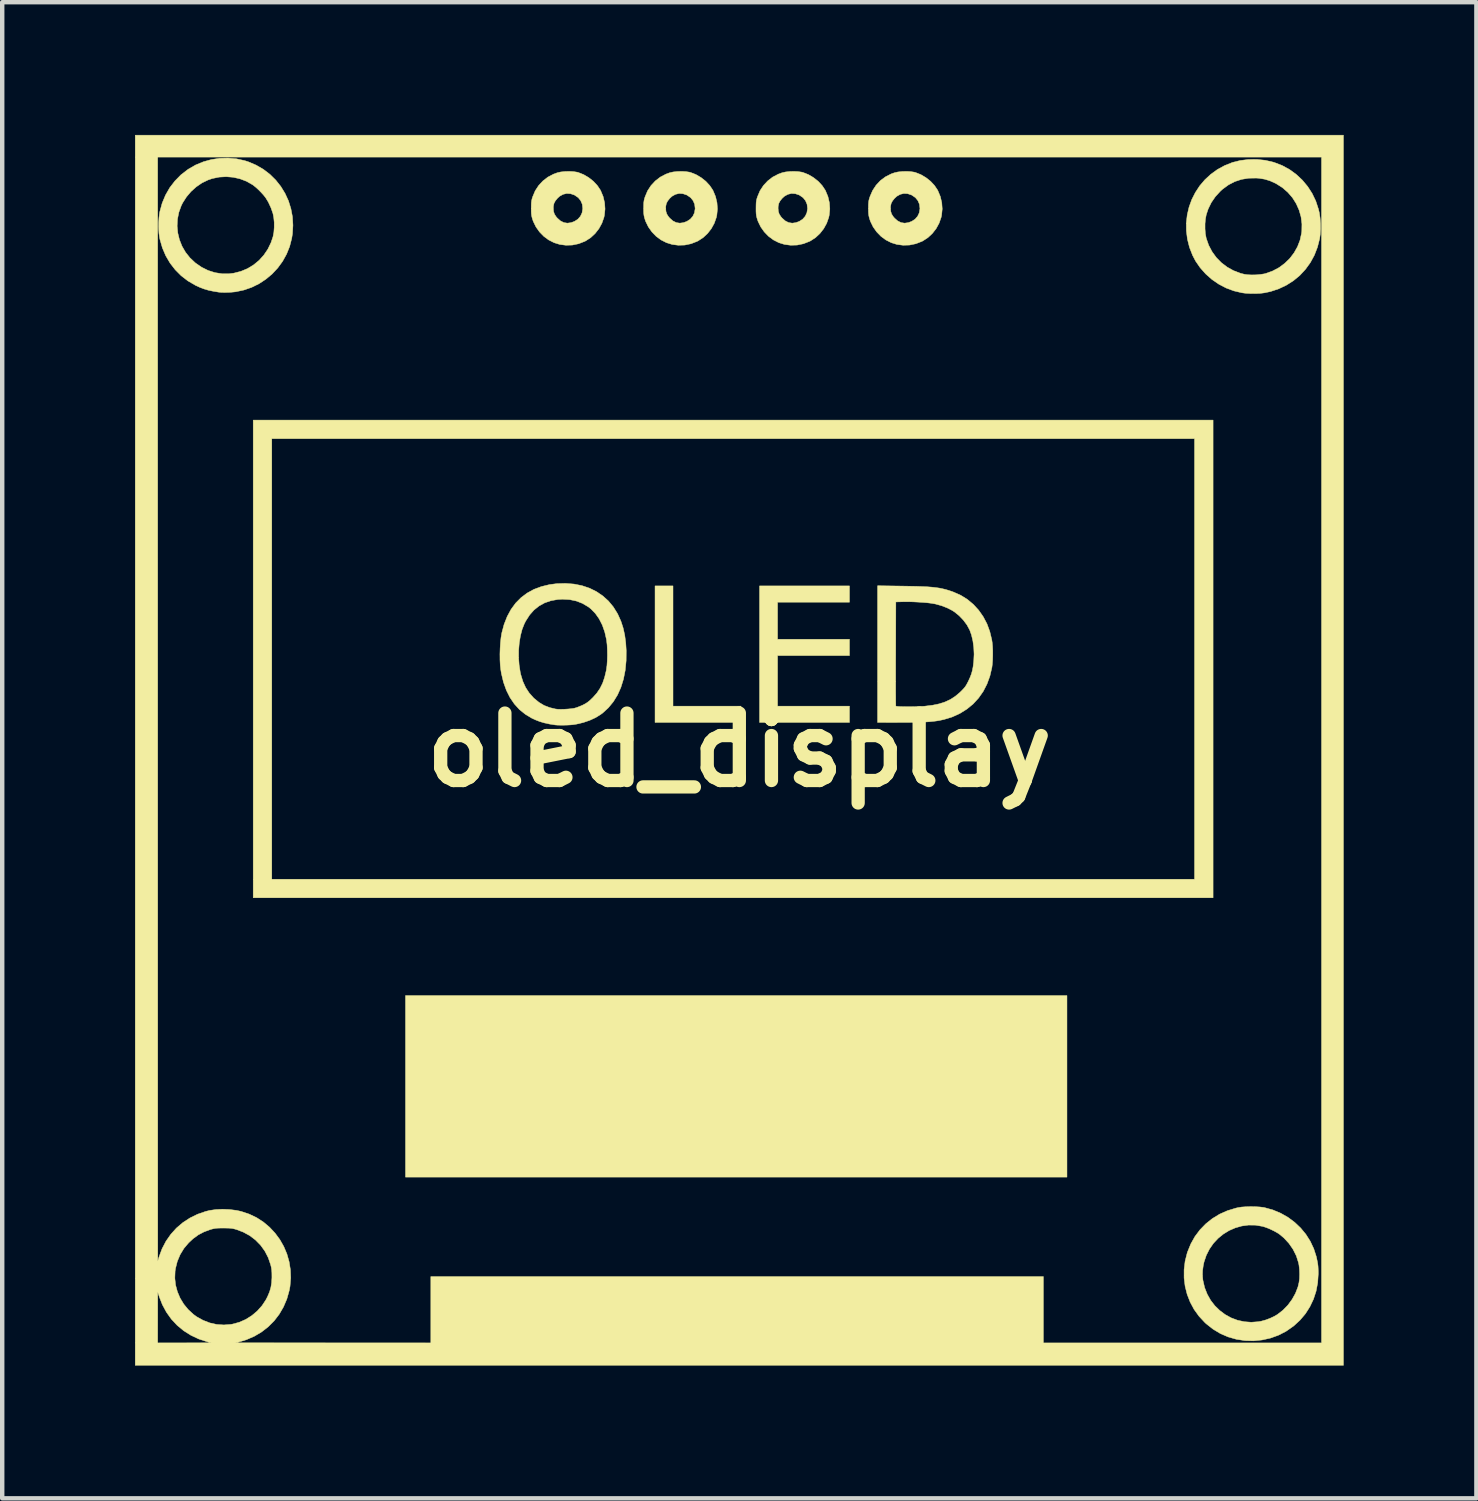
<source format=kicad_pcb>
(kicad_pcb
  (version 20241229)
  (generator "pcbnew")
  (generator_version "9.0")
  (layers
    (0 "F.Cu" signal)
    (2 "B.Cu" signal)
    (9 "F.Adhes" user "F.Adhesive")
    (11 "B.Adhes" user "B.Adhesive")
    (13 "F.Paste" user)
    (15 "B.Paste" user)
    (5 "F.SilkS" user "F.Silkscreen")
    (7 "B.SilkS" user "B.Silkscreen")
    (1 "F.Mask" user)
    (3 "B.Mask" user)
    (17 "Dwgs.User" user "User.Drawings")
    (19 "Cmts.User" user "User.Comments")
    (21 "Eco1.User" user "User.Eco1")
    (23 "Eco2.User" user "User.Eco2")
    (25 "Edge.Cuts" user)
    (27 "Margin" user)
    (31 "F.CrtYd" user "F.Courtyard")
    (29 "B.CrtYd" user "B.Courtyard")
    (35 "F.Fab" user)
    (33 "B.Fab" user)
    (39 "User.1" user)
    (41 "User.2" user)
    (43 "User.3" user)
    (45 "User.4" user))
  (footprint "oled_display"
    (layer "F.Cu")
    (at 13.658 13.899)
    (property "Reference" "oled_display" (at 0 0 0) (layer "F.SilkS") (effects (font (size 1.524 1.524) (thickness 0.3))))
    (attr through_hole)
    (fp_poly (pts (xy 7.404 9.652) (xy -7.544 9.652) (xy -7.544 5.55) (xy 7.404 5.55) (xy 7.404 9.652)) (stroke (width 0.01) (type solid)) (fill yes) (layer "F.SilkS"))
    (fp_poly (pts (xy -1.499 -0.991) (xy 0.038 -0.991) (xy 0.038 -0.622) (xy -1.905 -0.622) (xy -1.905 -3.708) (xy -1.499 -3.708) (xy -1.499 -0.991)) (stroke (width 0.01) (type solid)) (fill yes) (layer "F.SilkS"))
    (fp_poly (pts (xy 10.706 3.34) (xy -10.986 3.34) (xy -10.986 -7.036) (xy -10.566 -7.036) (xy -10.566 2.921) (xy 10.287 2.921) (xy 10.287 -7.036) (xy -10.566 -7.036) (xy -10.986 -7.036) (xy -10.986 -7.455) (xy 10.706 -7.455) (xy 10.706 3.34)) (stroke (width 0.01) (type solid)) (fill yes) (layer "F.SilkS"))
    (fp_poly (pts (xy 2.489 -3.34) (xy 0.864 -3.34) (xy 0.864 -2.502) (xy 2.489 -2.502) (xy 2.489 -2.134) (xy 0.864 -2.134) (xy 0.864 -0.991) (xy 2.489 -0.991) (xy 2.489 -0.622) (xy 0.457 -0.622) (xy 0.457 -3.708) (xy 2.489 -3.708) (xy 2.489 -3.34)) (stroke (width 0.01) (type solid)) (fill yes) (layer "F.SilkS"))
    (fp_poly (pts (xy -3.748 -13.071) (xy -3.665 -13.058) (xy -3.639 -13.051) (xy -3.518 -13.003) (xy -3.403 -12.935) (xy -3.298 -12.852) (xy -3.209 -12.756) (xy -3.139 -12.652) (xy -3.133 -12.64) (xy -3.078 -12.508) (xy -3.045 -12.368) (xy -3.035 -12.226) (xy -3.049 -12.085) (xy -3.06 -12.035) (xy -3.106 -11.904) (xy -3.173 -11.782) (xy -3.259 -11.672) (xy -3.359 -11.579) (xy -3.473 -11.505) (xy -3.493 -11.495) (xy -3.631 -11.441) (xy -3.774 -11.411) (xy -3.92 -11.407) (xy -4.058 -11.425) (xy -4.187 -11.465) (xy -4.309 -11.527) (xy -4.42 -11.609) (xy -4.516 -11.708) (xy -4.596 -11.821) (xy -4.657 -11.946) (xy -4.669 -11.981) (xy -4.684 -12.03) (xy -4.694 -12.073) (xy -4.7 -12.119) (xy -4.703 -12.174) (xy -4.703 -12.243) (xy -4.703 -12.243) (xy -4.204 -12.243) (xy -4.198 -12.172) (xy -4.179 -12.112) (xy -4.143 -12.055) (xy -4.113 -12.02) (xy -4.042 -11.957) (xy -3.966 -11.919) (xy -3.885 -11.906) (xy -3.8 -11.918) (xy -3.725 -11.946) (xy -3.649 -11.995) (xy -3.591 -12.061) (xy -3.554 -12.14) (xy -3.539 -12.23) (xy -3.539 -12.243) (xy -3.55 -12.334) (xy -3.585 -12.415) (xy -3.64 -12.483) (xy -3.717 -12.536) (xy -3.729 -12.543) (xy -3.816 -12.572) (xy -3.902 -12.577) (xy -3.984 -12.557) (xy -4.061 -12.514) (xy -4.113 -12.466) (xy -4.16 -12.407) (xy -4.189 -12.351) (xy -4.202 -12.289) (xy -4.204 -12.243) (xy -4.703 -12.243) (xy -4.702 -12.315) (xy -4.7 -12.37) (xy -4.694 -12.415) (xy -4.684 -12.459) (xy -4.669 -12.505) (xy -4.613 -12.638) (xy -4.535 -12.757) (xy -4.439 -12.86) (xy -4.327 -12.947) (xy -4.199 -13.014) (xy -4.115 -13.045) (xy -4.036 -13.063) (xy -3.942 -13.073) (xy -3.843 -13.076) (xy -3.748 -13.071)) (stroke (width 0.01) (type solid)) (fill yes) (layer "F.SilkS"))
    (fp_poly (pts (xy -1.208 -13.071) (xy -1.125 -13.058) (xy -1.099 -13.051) (xy -0.978 -13.003) (xy -0.863 -12.935) (xy -0.758 -12.852) (xy -0.669 -12.756) (xy -0.599 -12.652) (xy -0.593 -12.64) (xy -0.538 -12.508) (xy -0.505 -12.368) (xy -0.495 -12.226) (xy -0.509 -12.085) (xy -0.52 -12.035) (xy -0.566 -11.904) (xy -0.633 -11.782) (xy -0.719 -11.672) (xy -0.819 -11.579) (xy -0.933 -11.505) (xy -0.953 -11.495) (xy -1.091 -11.441) (xy -1.234 -11.411) (xy -1.38 -11.407) (xy -1.518 -11.425) (xy -1.647 -11.465) (xy -1.769 -11.527) (xy -1.88 -11.609) (xy -1.976 -11.708) (xy -2.056 -11.821) (xy -2.117 -11.946) (xy -2.129 -11.981) (xy -2.144 -12.03) (xy -2.154 -12.073) (xy -2.16 -12.119) (xy -2.163 -12.174) (xy -2.163 -12.243) (xy -2.163 -12.243) (xy -1.664 -12.243) (xy -1.658 -12.172) (xy -1.639 -12.112) (xy -1.603 -12.055) (xy -1.573 -12.02) (xy -1.502 -11.957) (xy -1.426 -11.919) (xy -1.345 -11.906) (xy -1.26 -11.918) (xy -1.185 -11.946) (xy -1.109 -11.995) (xy -1.051 -12.061) (xy -1.014 -12.14) (xy -0.999 -12.23) (xy -0.999 -12.243) (xy -1.01 -12.334) (xy -1.045 -12.415) (xy -1.1 -12.483) (xy -1.177 -12.536) (xy -1.189 -12.543) (xy -1.276 -12.572) (xy -1.362 -12.577) (xy -1.444 -12.557) (xy -1.521 -12.514) (xy -1.573 -12.466) (xy -1.62 -12.407) (xy -1.649 -12.351) (xy -1.662 -12.289) (xy -1.664 -12.243) (xy -2.163 -12.243) (xy -2.162 -12.315) (xy -2.16 -12.37) (xy -2.154 -12.415) (xy -2.144 -12.459) (xy -2.129 -12.505) (xy -2.073 -12.638) (xy -1.995 -12.757) (xy -1.899 -12.86) (xy -1.787 -12.947) (xy -1.659 -13.014) (xy -1.575 -13.045) (xy -1.496 -13.063) (xy -1.402 -13.073) (xy -1.303 -13.076) (xy -1.208 -13.071)) (stroke (width 0.01) (type solid)) (fill yes) (layer "F.SilkS"))
    (fp_poly (pts (xy 1.332 -13.071) (xy 1.415 -13.058) (xy 1.441 -13.051) (xy 1.562 -13.003) (xy 1.677 -12.935) (xy 1.782 -12.852) (xy 1.871 -12.756) (xy 1.941 -12.652) (xy 1.947 -12.64) (xy 2.002 -12.508) (xy 2.035 -12.368) (xy 2.045 -12.226) (xy 2.031 -12.085) (xy 2.02 -12.035) (xy 1.974 -11.904) (xy 1.907 -11.782) (xy 1.821 -11.672) (xy 1.721 -11.579) (xy 1.607 -11.505) (xy 1.587 -11.495) (xy 1.449 -11.441) (xy 1.306 -11.411) (xy 1.16 -11.407) (xy 1.022 -11.425) (xy 0.893 -11.465) (xy 0.771 -11.527) (xy 0.66 -11.609) (xy 0.564 -11.708) (xy 0.484 -11.821) (xy 0.423 -11.946) (xy 0.411 -11.981) (xy 0.396 -12.03) (xy 0.386 -12.073) (xy 0.38 -12.119) (xy 0.377 -12.174) (xy 0.377 -12.243) (xy 0.377 -12.243) (xy 0.876 -12.243) (xy 0.882 -12.172) (xy 0.901 -12.112) (xy 0.937 -12.055) (xy 0.967 -12.02) (xy 1.038 -11.957) (xy 1.114 -11.919) (xy 1.195 -11.906) (xy 1.28 -11.918) (xy 1.355 -11.946) (xy 1.431 -11.995) (xy 1.489 -12.061) (xy 1.526 -12.14) (xy 1.541 -12.23) (xy 1.541 -12.243) (xy 1.53 -12.334) (xy 1.495 -12.415) (xy 1.44 -12.483) (xy 1.363 -12.536) (xy 1.351 -12.543) (xy 1.264 -12.572) (xy 1.178 -12.577) (xy 1.096 -12.557) (xy 1.019 -12.514) (xy 0.967 -12.466) (xy 0.92 -12.407) (xy 0.891 -12.351) (xy 0.878 -12.289) (xy 0.876 -12.243) (xy 0.377 -12.243) (xy 0.378 -12.315) (xy 0.38 -12.37) (xy 0.386 -12.415) (xy 0.396 -12.459) (xy 0.411 -12.505) (xy 0.467 -12.638) (xy 0.545 -12.757) (xy 0.641 -12.86) (xy 0.753 -12.947) (xy 0.881 -13.014) (xy 0.965 -13.045) (xy 1.044 -13.063) (xy 1.138 -13.073) (xy 1.237 -13.076) (xy 1.332 -13.071)) (stroke (width 0.01) (type solid)) (fill yes) (layer "F.SilkS"))
    (fp_poly (pts (xy 3.872 -13.071) (xy 3.955 -13.058) (xy 3.981 -13.051) (xy 4.102 -13.003) (xy 4.217 -12.935) (xy 4.322 -12.852) (xy 4.411 -12.756) (xy 4.481 -12.652) (xy 4.487 -12.64) (xy 4.542 -12.508) (xy 4.575 -12.368) (xy 4.585 -12.226) (xy 4.571 -12.085) (xy 4.56 -12.035) (xy 4.514 -11.904) (xy 4.447 -11.782) (xy 4.361 -11.672) (xy 4.261 -11.579) (xy 4.147 -11.505) (xy 4.128 -11.495) (xy 3.989 -11.441) (xy 3.846 -11.411) (xy 3.7 -11.407) (xy 3.562 -11.425) (xy 3.433 -11.465) (xy 3.311 -11.527) (xy 3.2 -11.609) (xy 3.104 -11.708) (xy 3.024 -11.821) (xy 2.963 -11.946) (xy 2.951 -11.981) (xy 2.936 -12.03) (xy 2.926 -12.073) (xy 2.92 -12.119) (xy 2.917 -12.175) (xy 2.917 -12.243) (xy 2.917 -12.243) (xy 3.416 -12.243) (xy 3.422 -12.172) (xy 3.441 -12.112) (xy 3.477 -12.055) (xy 3.507 -12.02) (xy 3.578 -11.957) (xy 3.654 -11.919) (xy 3.735 -11.906) (xy 3.82 -11.918) (xy 3.895 -11.946) (xy 3.971 -11.995) (xy 4.029 -12.061) (xy 4.066 -12.14) (xy 4.081 -12.23) (xy 4.081 -12.243) (xy 4.07 -12.334) (xy 4.035 -12.415) (xy 3.98 -12.483) (xy 3.903 -12.536) (xy 3.891 -12.543) (xy 3.804 -12.572) (xy 3.718 -12.577) (xy 3.636 -12.557) (xy 3.559 -12.514) (xy 3.507 -12.466) (xy 3.46 -12.407) (xy 3.431 -12.351) (xy 3.418 -12.289) (xy 3.416 -12.243) (xy 2.917 -12.243) (xy 2.917 -12.314) (xy 2.92 -12.367) (xy 2.925 -12.41) (xy 2.935 -12.452) (xy 2.95 -12.499) (xy 2.953 -12.508) (xy 3.012 -12.644) (xy 3.091 -12.764) (xy 3.188 -12.868) (xy 3.302 -12.953) (xy 3.432 -13.019) (xy 3.505 -13.045) (xy 3.584 -13.063) (xy 3.678 -13.073) (xy 3.777 -13.076) (xy 3.872 -13.071)) (stroke (width 0.01) (type solid)) (fill yes) (layer "F.SilkS"))
    (fp_poly (pts (xy 11.882 -13.327) (xy 12.065 -13.285) (xy 12.093 -13.276) (xy 12.269 -13.208) (xy 12.435 -13.117) (xy 12.586 -13.007) (xy 12.723 -12.879) (xy 12.843 -12.735) (xy 12.945 -12.577) (xy 13.027 -12.406) (xy 13.087 -12.224) (xy 13.107 -12.141) (xy 13.124 -12.027) (xy 13.134 -11.901) (xy 13.135 -11.771) (xy 13.127 -11.647) (xy 13.114 -11.554) (xy 13.065 -11.363) (xy 12.995 -11.182) (xy 12.904 -11.015) (xy 12.793 -10.862) (xy 12.666 -10.725) (xy 12.521 -10.605) (xy 12.362 -10.504) (xy 12.189 -10.422) (xy 12.005 -10.361) (xy 11.87 -10.332) (xy 11.774 -10.32) (xy 11.663 -10.315) (xy 11.548 -10.316) (xy 11.437 -10.322) (xy 11.356 -10.333) (xy 11.174 -10.376) (xy 11 -10.441) (xy 10.834 -10.528) (xy 10.68 -10.634) (xy 10.54 -10.758) (xy 10.416 -10.897) (xy 10.311 -11.049) (xy 10.244 -11.177) (xy 10.173 -11.359) (xy 10.126 -11.544) (xy 10.103 -11.729) (xy 10.102 -11.778) (xy 10.524 -11.778) (xy 10.532 -11.667) (xy 10.55 -11.571) (xy 10.552 -11.563) (xy 10.607 -11.406) (xy 10.684 -11.26) (xy 10.78 -11.128) (xy 10.894 -11.012) (xy 11.024 -10.913) (xy 11.168 -10.833) (xy 11.325 -10.773) (xy 11.417 -10.75) (xy 11.492 -10.74) (xy 11.582 -10.736) (xy 11.679 -10.738) (xy 11.775 -10.747) (xy 11.861 -10.76) (xy 11.9 -10.77) (xy 12.054 -10.826) (xy 12.197 -10.902) (xy 12.326 -10.998) (xy 12.44 -11.109) (xy 12.536 -11.235) (xy 12.614 -11.373) (xy 12.671 -11.521) (xy 12.705 -11.677) (xy 12.711 -11.722) (xy 12.714 -11.887) (xy 12.694 -12.047) (xy 12.65 -12.201) (xy 12.585 -12.347) (xy 12.5 -12.482) (xy 12.395 -12.603) (xy 12.272 -12.71) (xy 12.133 -12.798) (xy 12.116 -12.807) (xy 11.992 -12.863) (xy 11.87 -12.9) (xy 11.741 -12.921) (xy 11.681 -12.925) (xy 11.511 -12.922) (xy 11.35 -12.896) (xy 11.198 -12.846) (xy 11.055 -12.772) (xy 10.922 -12.675) (xy 10.874 -12.632) (xy 10.759 -12.507) (xy 10.666 -12.372) (xy 10.595 -12.226) (xy 10.552 -12.097) (xy 10.534 -12.002) (xy 10.524 -11.892) (xy 10.524 -11.778) (xy 10.102 -11.778) (xy 10.101 -11.913) (xy 10.122 -12.093) (xy 10.163 -12.269) (xy 10.224 -12.438) (xy 10.305 -12.598) (xy 10.403 -12.748) (xy 10.52 -12.886) (xy 10.654 -13.01) (xy 10.803 -13.118) (xy 10.968 -13.208) (xy 11.144 -13.278) (xy 11.32 -13.322) (xy 11.505 -13.345) (xy 11.694 -13.347) (xy 11.882 -13.327)) (stroke (width 0.01) (type solid)) (fill yes) (layer "F.SilkS"))
    (fp_poly (pts (xy -11.364 -13.36) (xy -11.179 -13.319) (xy -11.1 -13.294) (xy -10.921 -13.218) (xy -10.757 -13.123) (xy -10.608 -13.009) (xy -10.476 -12.879) (xy -10.362 -12.735) (xy -10.266 -12.578) (xy -10.189 -12.41) (xy -10.134 -12.233) (xy -10.099 -12.049) (xy -10.088 -11.859) (xy -10.099 -11.665) (xy -10.116 -11.559) (xy -10.163 -11.377) (xy -10.233 -11.204) (xy -10.323 -11.042) (xy -10.432 -10.893) (xy -10.558 -10.758) (xy -10.7 -10.639) (xy -10.855 -10.537) (xy -11.022 -10.455) (xy -11.199 -10.394) (xy -11.384 -10.355) (xy -11.411 -10.352) (xy -11.484 -10.345) (xy -11.564 -10.341) (xy -11.643 -10.34) (xy -11.713 -10.342) (xy -11.76 -10.346) (xy -11.888 -10.367) (xy -11.998 -10.39) (xy -12.096 -10.419) (xy -12.191 -10.455) (xy -12.289 -10.5) (xy -12.294 -10.503) (xy -12.462 -10.601) (xy -12.614 -10.718) (xy -12.748 -10.853) (xy -12.865 -11.004) (xy -12.962 -11.169) (xy -13.038 -11.347) (xy -13.093 -11.536) (xy -13.102 -11.58) (xy -13.116 -11.679) (xy -13.122 -11.794) (xy -13.122 -11.84) (xy -12.705 -11.84) (xy -12.69 -11.684) (xy -12.653 -11.532) (xy -12.595 -11.386) (xy -12.516 -11.249) (xy -12.416 -11.123) (xy -12.297 -11.011) (xy -12.291 -11.006) (xy -12.152 -10.91) (xy -12.005 -10.837) (xy -11.851 -10.788) (xy -11.692 -10.763) (xy -11.529 -10.763) (xy -11.424 -10.776) (xy -11.264 -10.817) (xy -11.115 -10.879) (xy -10.977 -10.963) (xy -10.853 -11.065) (xy -10.745 -11.185) (xy -10.654 -11.32) (xy -10.582 -11.469) (xy -10.538 -11.601) (xy -10.519 -11.699) (xy -10.511 -11.81) (xy -10.511 -11.926) (xy -10.522 -12.036) (xy -10.539 -12.122) (xy -10.584 -12.252) (xy -10.644 -12.381) (xy -10.704 -12.48) (xy -10.747 -12.535) (xy -10.804 -12.598) (xy -10.868 -12.663) (xy -10.933 -12.722) (xy -10.993 -12.769) (xy -11.002 -12.775) (xy -11.137 -12.852) (xy -11.284 -12.908) (xy -11.438 -12.943) (xy -11.596 -12.956) (xy -11.754 -12.947) (xy -11.909 -12.915) (xy -12.004 -12.883) (xy -12.143 -12.816) (xy -12.273 -12.727) (xy -12.392 -12.62) (xy -12.495 -12.498) (xy -12.58 -12.365) (xy -12.611 -12.303) (xy -12.666 -12.152) (xy -12.697 -11.997) (xy -12.705 -11.84) (xy -13.122 -11.84) (xy -13.122 -11.915) (xy -13.115 -12.033) (xy -13.102 -12.138) (xy -13.096 -12.167) (xy -13.043 -12.359) (xy -12.968 -12.539) (xy -12.872 -12.707) (xy -12.755 -12.859) (xy -12.62 -12.997) (xy -12.465 -13.117) (xy -12.45 -13.127) (xy -12.287 -13.221) (xy -12.112 -13.293) (xy -11.93 -13.344) (xy -11.742 -13.372) (xy -11.553 -13.377) (xy -11.364 -13.36)) (stroke (width 0.01) (type solid)) (fill yes) (layer "F.SilkS"))
    (fp_poly (pts (xy 3.686 -3.704) (xy 3.859 -3.701) (xy 4.009 -3.698) (xy 4.14 -3.693) (xy 4.254 -3.688) (xy 4.353 -3.68) (xy 4.441 -3.67) (xy 4.52 -3.659) (xy 4.593 -3.644) (xy 4.663 -3.627) (xy 4.733 -3.606) (xy 4.805 -3.582) (xy 4.84 -3.569) (xy 5.004 -3.496) (xy 5.154 -3.403) (xy 5.289 -3.29) (xy 5.409 -3.159) (xy 5.511 -3.013) (xy 5.596 -2.852) (xy 5.66 -2.678) (xy 5.705 -2.492) (xy 5.714 -2.432) (xy 5.722 -2.349) (xy 5.727 -2.249) (xy 5.727 -2.142) (xy 5.724 -2.035) (xy 5.717 -1.938) (xy 5.708 -1.866) (xy 5.663 -1.672) (xy 5.597 -1.491) (xy 5.512 -1.325) (xy 5.407 -1.175) (xy 5.284 -1.041) (xy 5.143 -0.925) (xy 4.986 -0.827) (xy 4.814 -0.748) (xy 4.626 -0.69) (xy 4.521 -0.667) (xy 4.452 -0.656) (xy 4.379 -0.647) (xy 4.298 -0.639) (xy 4.206 -0.633) (xy 4.101 -0.629) (xy 3.981 -0.625) (xy 3.841 -0.623) (xy 3.68 -0.623) (xy 3.616 -0.623) (xy 3.124 -0.622) (xy 3.124 -1.69) (xy 3.533 -1.69) (xy 3.533 -1.547) (xy 3.533 -1.416) (xy 3.533 -1.299) (xy 3.534 -1.199) (xy 3.534 -1.116) (xy 3.535 -1.053) (xy 3.536 -1.012) (xy 3.536 -0.994) (xy 3.536 -0.994) (xy 3.551 -0.988) (xy 3.587 -0.984) (xy 3.64 -0.981) (xy 3.708 -0.979) (xy 3.785 -0.978) (xy 3.869 -0.978) (xy 3.956 -0.979) (xy 4.041 -0.982) (xy 4.12 -0.986) (xy 4.191 -0.99) (xy 4.204 -0.992) (xy 4.372 -1.013) (xy 4.52 -1.044) (xy 4.652 -1.087) (xy 4.77 -1.142) (xy 4.878 -1.212) (xy 4.981 -1.298) (xy 5.005 -1.321) (xy 5.056 -1.373) (xy 5.094 -1.416) (xy 5.124 -1.459) (xy 5.152 -1.509) (xy 5.179 -1.562) (xy 5.217 -1.646) (xy 5.246 -1.723) (xy 5.267 -1.8) (xy 5.283 -1.884) (xy 5.295 -1.984) (xy 5.298 -2.016) (xy 5.305 -2.166) (xy 5.298 -2.318) (xy 5.278 -2.465) (xy 5.246 -2.601) (xy 5.206 -2.712) (xy 5.145 -2.825) (xy 5.064 -2.934) (xy 4.969 -3.034) (xy 4.864 -3.119) (xy 4.812 -3.153) (xy 4.697 -3.212) (xy 4.567 -3.262) (xy 4.434 -3.299) (xy 4.413 -3.303) (xy 4.345 -3.315) (xy 4.257 -3.326) (xy 4.155 -3.335) (xy 4.044 -3.342) (xy 3.931 -3.348) (xy 3.822 -3.351) (xy 3.721 -3.351) (xy 3.696 -3.35) (xy 3.537 -3.346) (xy 3.534 -2.178) (xy 3.533 -2.008) (xy 3.533 -1.845) (xy 3.533 -1.69) (xy 3.124 -1.69) (xy 3.124 -3.712) (xy 3.686 -3.704)) (stroke (width 0.01) (type solid)) (fill yes) (layer "F.SilkS"))
    (fp_poly (pts (xy 11.662 10.321) (xy 11.764 10.327) (xy 11.852 10.338) (xy 11.874 10.343) (xy 12.06 10.395) (xy 12.236 10.469) (xy 12.4 10.562) (xy 12.55 10.674) (xy 12.685 10.802) (xy 12.803 10.945) (xy 12.902 11.101) (xy 12.981 11.269) (xy 13.038 11.446) (xy 13.048 11.491) (xy 13.062 11.559) (xy 13.072 11.615) (xy 13.078 11.666) (xy 13.081 11.72) (xy 13.083 11.786) (xy 13.083 11.843) (xy 13.07 12.04) (xy 13.034 12.23) (xy 12.975 12.411) (xy 12.894 12.581) (xy 12.793 12.74) (xy 12.671 12.884) (xy 12.53 13.014) (xy 12.371 13.126) (xy 12.351 13.139) (xy 12.181 13.226) (xy 12 13.291) (xy 11.811 13.333) (xy 11.619 13.352) (xy 11.428 13.347) (xy 11.233 13.317) (xy 11.047 13.264) (xy 10.871 13.188) (xy 10.705 13.088) (xy 10.55 12.966) (xy 10.519 12.937) (xy 10.388 12.796) (xy 10.277 12.642) (xy 10.188 12.476) (xy 10.12 12.301) (xy 10.074 12.119) (xy 10.051 11.932) (xy 10.051 11.868) (xy 10.466 11.868) (xy 10.475 11.971) (xy 10.478 11.989) (xy 10.515 12.149) (xy 10.574 12.299) (xy 10.651 12.436) (xy 10.746 12.559) (xy 10.857 12.667) (xy 10.98 12.759) (xy 11.115 12.833) (xy 11.259 12.887) (xy 11.411 12.92) (xy 11.568 12.932) (xy 11.728 12.92) (xy 11.792 12.909) (xy 11.89 12.882) (xy 11.993 12.844) (xy 12.09 12.798) (xy 12.16 12.757) (xy 12.285 12.66) (xy 12.396 12.546) (xy 12.491 12.417) (xy 12.568 12.279) (xy 12.624 12.134) (xy 12.648 12.033) (xy 12.659 11.945) (xy 12.662 11.842) (xy 12.658 11.737) (xy 12.647 11.639) (xy 12.636 11.585) (xy 12.587 11.431) (xy 12.514 11.285) (xy 12.42 11.149) (xy 12.307 11.027) (xy 12.212 10.947) (xy 12.153 10.908) (xy 12.078 10.867) (xy 11.995 10.827) (xy 11.912 10.793) (xy 11.839 10.769) (xy 11.823 10.765) (xy 11.665 10.738) (xy 11.508 10.736) (xy 11.355 10.757) (xy 11.207 10.799) (xy 11.067 10.86) (xy 10.937 10.94) (xy 10.818 11.037) (xy 10.713 11.15) (xy 10.624 11.278) (xy 10.553 11.418) (xy 10.502 11.569) (xy 10.484 11.653) (xy 10.469 11.766) (xy 10.466 11.868) (xy 10.051 11.868) (xy 10.051 11.742) (xy 10.074 11.552) (xy 10.122 11.363) (xy 10.128 11.345) (xy 10.202 11.163) (xy 10.296 10.995) (xy 10.41 10.843) (xy 10.541 10.708) (xy 10.689 10.59) (xy 10.852 10.49) (xy 11.03 10.411) (xy 11.22 10.353) (xy 11.268 10.342) (xy 11.349 10.329) (xy 11.447 10.322) (xy 11.554 10.319) (xy 11.662 10.321)) (stroke (width 0.01) (type solid)) (fill yes) (layer "F.SilkS"))
    (fp_poly (pts (xy 13.652 13.906) (xy -13.652 13.906) (xy -13.652 13.399) (xy -13.145 13.399) (xy -12.538 13.398) (xy -11.932 13.397) (xy -12.027 13.372) (xy -12.217 13.31) (xy -12.395 13.226) (xy -12.558 13.123) (xy -12.705 13.001) (xy -12.835 12.862) (xy -12.947 12.705) (xy -13.039 12.534) (xy -13.107 12.36) (xy -13.144 12.249) (xy -13.144 12.824) (xy -13.145 13.399) (xy -13.652 13.399) (xy -13.652 11.936) (xy -12.757 11.936) (xy -12.74 12.091) (xy -12.699 12.242) (xy -12.638 12.386) (xy -12.556 12.522) (xy -12.455 12.645) (xy -12.337 12.754) (xy -12.263 12.808) (xy -12.119 12.888) (xy -11.967 12.947) (xy -11.809 12.982) (xy -11.648 12.993) (xy -11.487 12.98) (xy -11.453 12.974) (xy -11.299 12.932) (xy -11.152 12.867) (xy -11.016 12.781) (xy -10.893 12.677) (xy -10.786 12.557) (xy -10.697 12.422) (xy -10.661 12.351) (xy -10.616 12.245) (xy -10.587 12.145) (xy -10.57 12.042) (xy -10.563 11.927) (xy -10.563 11.9) (xy -10.564 11.817) (xy -10.568 11.751) (xy -10.577 11.693) (xy -10.591 11.634) (xy -10.646 11.473) (xy -10.722 11.325) (xy -10.818 11.192) (xy -10.932 11.075) (xy -11.063 10.975) (xy -11.21 10.895) (xy -11.36 10.838) (xy -11.409 10.824) (xy -11.452 10.814) (xy -11.496 10.808) (xy -11.546 10.805) (xy -11.612 10.804) (xy -11.659 10.803) (xy -11.735 10.804) (xy -11.794 10.806) (xy -11.841 10.81) (xy -11.883 10.818) (xy -11.927 10.829) (xy -11.955 10.837) (xy -12.098 10.89) (xy -12.226 10.957) (xy -12.344 11.043) (xy -12.446 11.138) (xy -12.552 11.264) (xy -12.637 11.404) (xy -12.701 11.556) (xy -12.742 11.718) (xy -12.751 11.78) (xy -12.757 11.936) (xy -13.652 11.936) (xy -13.652 -13.399) (xy -13.145 -13.399) (xy -13.143 11.551) (xy -13.114 11.455) (xy -13.046 11.272) (xy -12.957 11.101) (xy -12.848 10.945) (xy -12.721 10.804) (xy -12.577 10.681) (xy -12.418 10.577) (xy -12.246 10.492) (xy -12.061 10.428) (xy -11.973 10.406) (xy -11.831 10.385) (xy -11.676 10.378) (xy -11.516 10.385) (xy -11.36 10.405) (xy -11.257 10.428) (xy -11.077 10.488) (xy -10.909 10.568) (xy -10.755 10.668) (xy -10.616 10.785) (xy -10.492 10.918) (xy -10.384 11.064) (xy -10.295 11.221) (xy -10.224 11.389) (xy -10.174 11.565) (xy -10.145 11.747) (xy -10.138 11.933) (xy -10.154 12.121) (xy -10.172 12.217) (xy -10.226 12.408) (xy -10.302 12.586) (xy -10.398 12.751) (xy -10.513 12.901) (xy -10.647 13.035) (xy -10.796 13.151) (xy -10.961 13.249) (xy -11.139 13.326) (xy -11.271 13.367) (xy -11.386 13.397) (xy -6.972 13.399) (xy -6.972 11.9) (xy 6.871 11.9) (xy 6.871 13.399) (xy 13.157 13.399) (xy 13.157 -13.399) (xy -13.145 -13.399) (xy -13.652 -13.399) (xy -13.652 -13.894) (xy 13.652 -13.894) (xy 13.652 13.906)) (stroke (width 0.01) (type solid)) (fill yes) (layer "F.SilkS"))
    (fp_poly (pts (xy -3.736 -3.75) (xy -3.556 -3.714) (xy -3.386 -3.657) (xy -3.23 -3.58) (xy -3.087 -3.483) (xy -2.959 -3.368) (xy -2.848 -3.234) (xy -2.754 -3.083) (xy -2.74 -3.054) (xy -2.675 -2.909) (xy -2.626 -2.758) (xy -2.59 -2.597) (xy -2.567 -2.423) (xy -2.556 -2.248) (xy -2.558 -2.018) (xy -2.579 -1.801) (xy -2.619 -1.6) (xy -2.677 -1.414) (xy -2.753 -1.244) (xy -2.848 -1.09) (xy -2.96 -0.954) (xy -3.09 -0.835) (xy -3.131 -0.805) (xy -3.246 -0.733) (xy -3.38 -0.671) (xy -3.526 -0.621) (xy -3.678 -0.585) (xy -3.759 -0.572) (xy -3.817 -0.567) (xy -3.888 -0.563) (xy -3.965 -0.561) (xy -4.04 -0.561) (xy -4.107 -0.562) (xy -4.157 -0.566) (xy -4.166 -0.567) (xy -4.297 -0.588) (xy -4.409 -0.613) (xy -4.51 -0.643) (xy -4.605 -0.68) (xy -4.688 -0.718) (xy -4.836 -0.807) (xy -4.969 -0.914) (xy -5.084 -1.041) (xy -5.183 -1.186) (xy -5.265 -1.35) (xy -5.33 -1.532) (xy -5.378 -1.733) (xy -5.392 -1.821) (xy -5.403 -1.921) (xy -5.409 -2.038) (xy -5.409 -2.086) (xy -4.988 -2.086) (xy -4.976 -1.919) (xy -4.951 -1.758) (xy -4.939 -1.704) (xy -4.892 -1.55) (xy -4.83 -1.413) (xy -4.751 -1.292) (xy -4.654 -1.182) (xy -4.636 -1.165) (xy -4.527 -1.076) (xy -4.412 -1.007) (xy -4.284 -0.958) (xy -4.155 -0.927) (xy -4.104 -0.921) (xy -4.035 -0.919) (xy -3.957 -0.921) (xy -3.876 -0.926) (xy -3.801 -0.933) (xy -3.738 -0.942) (xy -3.721 -0.946) (xy -3.67 -0.961) (xy -3.609 -0.985) (xy -3.547 -1.011) (xy -3.531 -1.019) (xy -3.476 -1.048) (xy -3.43 -1.078) (xy -3.383 -1.115) (xy -3.331 -1.165) (xy -3.308 -1.187) (xy -3.219 -1.287) (xy -3.147 -1.394) (xy -3.089 -1.511) (xy -3.044 -1.643) (xy -3.008 -1.794) (xy -3.003 -1.823) (xy -2.991 -1.914) (xy -2.984 -2.023) (xy -2.981 -2.141) (xy -2.983 -2.26) (xy -2.988 -2.373) (xy -2.999 -2.471) (xy -3.002 -2.494) (xy -3.041 -2.666) (xy -3.096 -2.823) (xy -3.167 -2.963) (xy -3.253 -3.085) (xy -3.353 -3.188) (xy -3.41 -3.233) (xy -3.542 -3.312) (xy -3.684 -3.367) (xy -3.835 -3.399) (xy -3.997 -3.408) (xy -4.102 -3.402) (xy -4.257 -3.374) (xy -4.398 -3.326) (xy -4.526 -3.255) (xy -4.64 -3.164) (xy -4.74 -3.051) (xy -4.826 -2.917) (xy -4.859 -2.853) (xy -4.909 -2.726) (xy -4.947 -2.58) (xy -4.973 -2.422) (xy -4.987 -2.255) (xy -4.988 -2.086) (xy -5.409 -2.086) (xy -5.41 -2.165) (xy -5.406 -2.295) (xy -5.398 -2.421) (xy -5.386 -2.537) (xy -5.37 -2.634) (xy -5.369 -2.642) (xy -5.316 -2.839) (xy -5.245 -3.019) (xy -5.158 -3.179) (xy -5.054 -3.321) (xy -4.933 -3.443) (xy -4.796 -3.546) (xy -4.643 -3.63) (xy -4.474 -3.693) (xy -4.289 -3.738) (xy -4.128 -3.759) (xy -3.928 -3.765) (xy -3.736 -3.75)) (stroke (width 0.01) (type solid)) (fill yes) (layer "F.SilkS")))
  (gr_rect
    (start -3 -3)
    (end 30.315 30.81)
    (stroke (width 0.1) (type default))
    (fill no)
    (layer "Edge.Cuts")))
</source>
